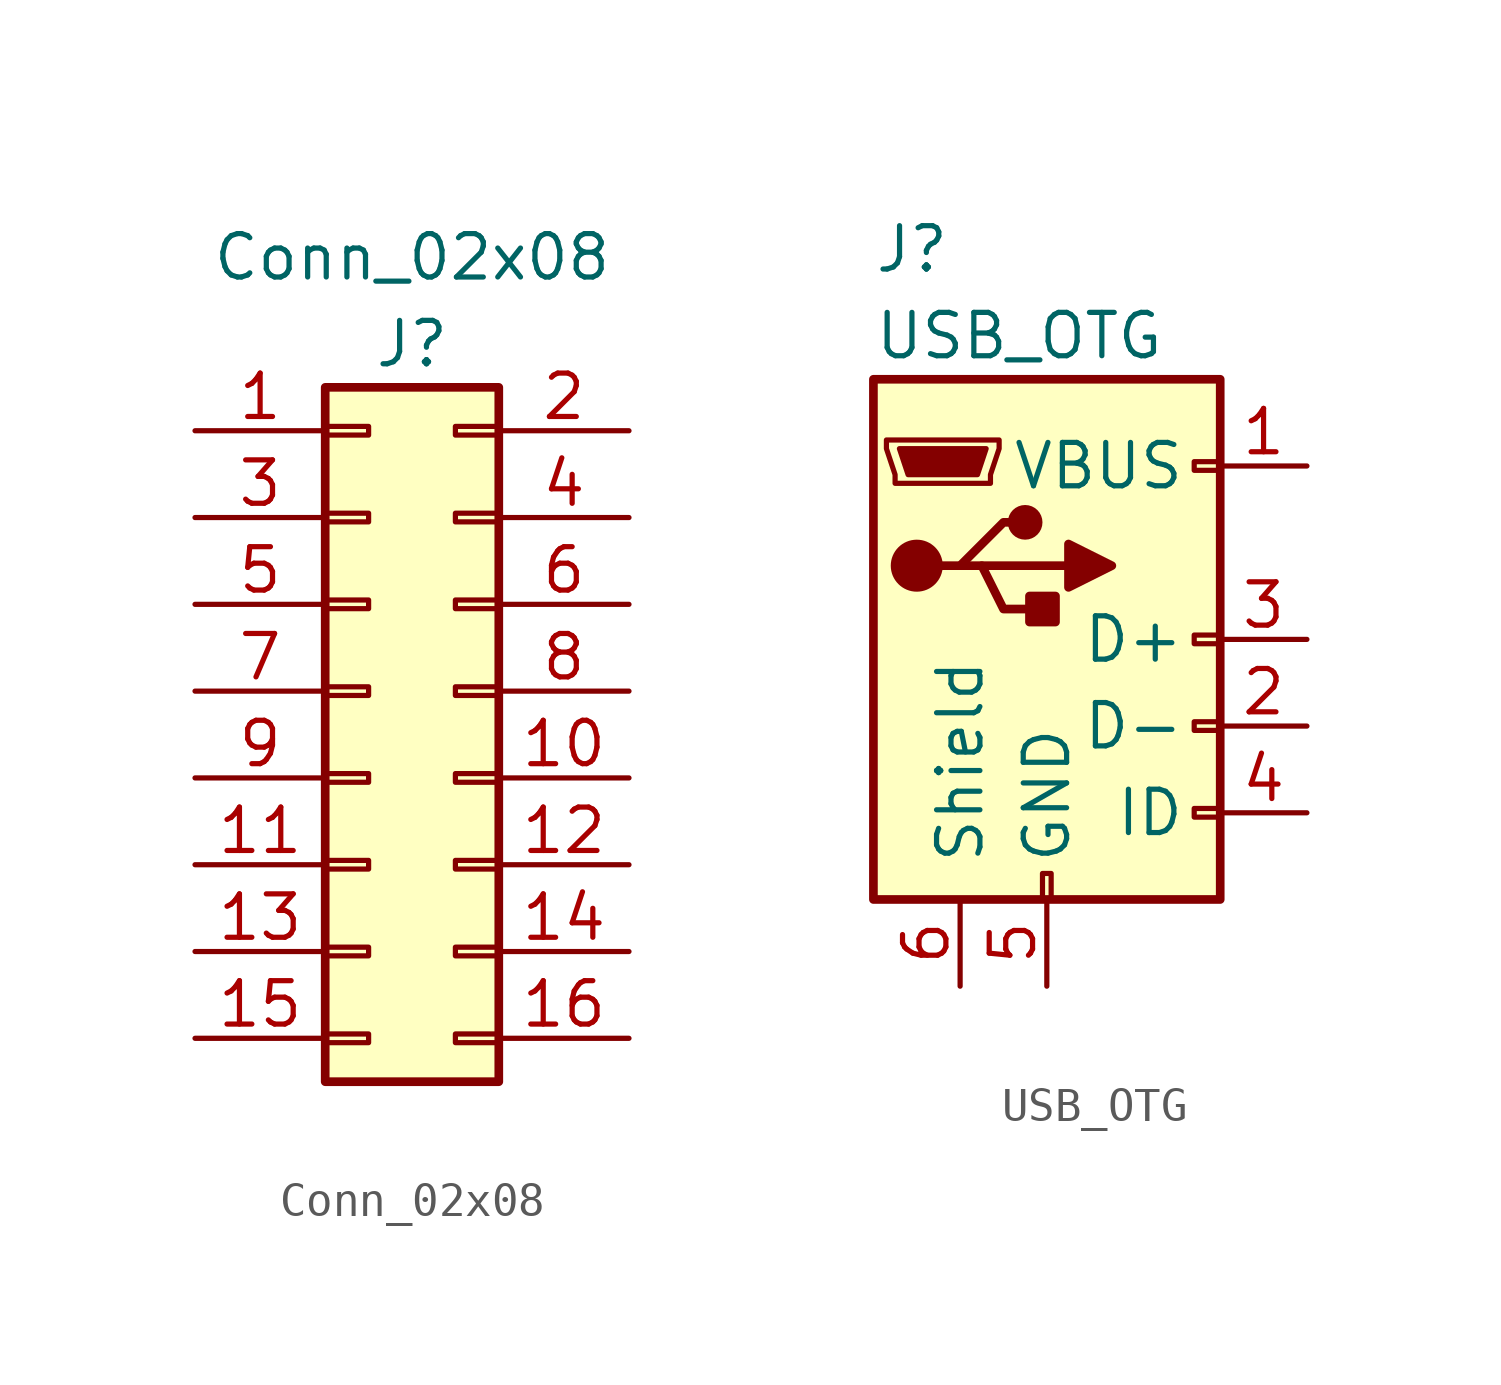
<source format=kicad_sym>
(kicad_symbol_lib
  (version 20231120)
  (generator "kicad_symbol_editor")
  (generator_version "8.0")
  (symbol "Conn_02x08"
    (pin_names
      (offset 0.025) hide)
    (property "Reference" "J"
      (at 0 11.43 0)
      (effects (font (size 1.27 1.27))))
    (property "Value" "Conn_02x08"
      (at 0 13.97 0)
      (effects (font (size 1.27 1.27))))
    (symbol "Conn_02x08_0_1"
      (rectangle (start -2.54 -8.763) (end -1.27 -9.017) (stroke (width 0) (type default)) (fill (type none)))
      (rectangle (start -2.54 -6.223) (end -1.27 -6.477) (stroke (width 0) (type default)) (fill (type none)))
      (rectangle (start -2.54 -3.683) (end -1.27 -3.937) (stroke (width 0) (type default)) (fill (type none)))
      (rectangle (start -2.54 -1.143) (end -1.27 -1.397) (stroke (width 0) (type default)) (fill (type none)))
      (rectangle (start -2.54 1.397) (end -1.27 1.143) (stroke (width 0) (type default)) (fill (type none)))
      (rectangle (start -2.54 3.937) (end -1.27 3.683) (stroke (width 0) (type default)) (fill (type none)))
      (rectangle (start -2.54 6.477) (end -1.27 6.223) (stroke (width 0) (type default)) (fill (type none)))
      (rectangle (start -2.54 9.017) (end -1.27 8.763) (stroke (width 0) (type default)) (fill (type none)))
      (rectangle (start -2.54 10.16) (end 2.54 -10.16) (stroke (width 0.254) (type default)) (fill (type background)))
      (rectangle (start 1.27 -8.763) (end 2.54 -9.017) (stroke (width 0) (type default)) (fill (type none)))
      (rectangle (start 1.27 -6.223) (end 2.54 -6.477) (stroke (width 0) (type default)) (fill (type none)))
      (rectangle (start 1.27 -3.683) (end 2.54 -3.937) (stroke (width 0) (type default)) (fill (type none)))
      (rectangle (start 1.27 -1.143) (end 2.54 -1.397) (stroke (width 0) (type default)) (fill (type none)))
      (rectangle (start 1.27 1.397) (end 2.54 1.143) (stroke (width 0) (type default)) (fill (type none)))
      (rectangle (start 1.27 3.937) (end 2.54 3.683) (stroke (width 0) (type default)) (fill (type none)))
      (rectangle (start 1.27 6.477) (end 2.54 6.223) (stroke (width 0) (type default)) (fill (type none)))
      (rectangle (start 1.27 9.017) (end 2.54 8.763) (stroke (width 0) (type default)) (fill (type none))))
    (symbol "Conn_02x08_1_1"
      (pin passive line (at -6.35 8.89 0) (length 3.81) (name "P1" (effects (font (size 1.27 1.27)))) (number "1" (effects (font (size 1.27 1.27)))))
      (pin passive line (at 6.35 -1.27 180) (length 3.81) (name "GND" (effects (font (size 1.27 1.27)))) (number "10" (effects (font (size 1.27 1.27)))))
      (pin passive line (at -6.35 -3.81 0) (length 3.81) (name "GND" (effects (font (size 1.27 1.27)))) (number "11" (effects (font (size 1.27 1.27)))))
      (pin passive line (at 6.35 -3.81 180) (length 3.81) (name "GND" (effects (font (size 1.27 1.27)))) (number "12" (effects (font (size 1.27 1.27)))))
      (pin passive line (at -6.35 -6.35 0) (length 3.81) (name "-12" (effects (font (size 1.27 1.27)))) (number "13" (effects (font (size 1.27 1.27)))))
      (pin passive line (at 6.35 -6.35 180) (length 3.81) (name "-12V" (effects (font (size 1.27 1.27)))) (number "14" (effects (font (size 1.27 1.27)))))
      (pin passive line (at -6.35 -8.89 0) (length 3.81) (name "-12V" (effects (font (size 1.27 1.27)))) (number "15" (effects (font (size 1.27 1.27)))))
      (pin passive line (at 6.35 -8.89 180) (length 3.81) (name "P16" (effects (font (size 1.27 1.27)))) (number "16" (effects (font (size 1.27 1.27)))))
      (pin passive line (at 6.35 8.89 180) (length 3.81) (name "P2" (effects (font (size 1.27 1.27)))) (number "2" (effects (font (size 1.27 1.27)))))
      (pin passive line (at -6.35 6.35 0) (length 3.81) (name "P3" (effects (font (size 1.27 1.27)))) (number "3" (effects (font (size 1.27 1.27)))))
      (pin passive line (at 6.35 6.35 180) (length 3.81) (name "P4" (effects (font (size 1.27 1.27)))) (number "4" (effects (font (size 1.27 1.27)))))
      (pin passive line (at -6.35 3.81 0) (length 3.81) (name "+12V" (effects (font (size 1.27 1.27)))) (number "5" (effects (font (size 1.27 1.27)))))
      (pin passive line (at 6.35 3.81 180) (length 3.81) (name "P6" (effects (font (size 1.27 1.27)))) (number "6" (effects (font (size 1.27 1.27)))))
      (pin passive line (at -6.35 1.27 0) (length 3.81) (name "12V" (effects (font (size 1.27 1.27)))) (number "7" (effects (font (size 1.27 1.27)))))
      (pin passive line (at 6.35 1.27 180) (length 3.81) (name "+12V" (effects (font (size 1.27 1.27)))) (number "8" (effects (font (size 1.27 1.27)))))
      (pin passive line (at -6.35 -1.27 0) (length 3.81) (name "GND" (effects (font (size 1.27 1.27)))) (number "9" (effects (font (size 1.27 1.27)))))))
  (symbol "USB_OTG"
    (pin_names
      (offset 1.016))
    (property "Reference" "J"
      (at -5.08 11.43 0)
      (effects (font (size 1.27 1.27)) (justify left)))
    (property "Value" "USB_OTG"
      (at -5.08 8.89 0)
      (effects (font (size 1.27 1.27)) (justify left)))
    (symbol "USB_OTG_0_1"
      (rectangle (start -5.08 -7.62) (end 5.08 7.62) (stroke (width 0.254) (type default)) (fill (type background)))
      (circle (center -3.81 2.159) (radius 0.635) (stroke (width 0.254) (type default)) (fill (type outline)))
      (circle (center -0.635 3.429) (radius 0.381) (stroke (width 0.254) (type default)) (fill (type outline)))
      (rectangle (start -0.127 -7.62) (end 0.127 -6.858) (stroke (width 0) (type default)) (fill (type none)))
      (polyline (pts (xy -1.905 2.159) (xy 0.635 2.159)) (stroke (width 0.254) (type default)) (fill (type none)))
      (polyline (pts (xy -3.175 2.159) (xy -2.54 2.159) (xy -1.27 3.429) (xy -0.635 3.429)) (stroke (width 0.254) (type default)) (fill (type none)))
      (polyline (pts (xy -2.54 2.159) (xy -1.905 2.159) (xy -1.27 0.889) (xy 0 0.889)) (stroke (width 0.254) (type default)) (fill (type none)))
      (polyline (pts (xy 0.635 2.794) (xy 0.635 1.524) (xy 1.905 2.159) (xy 0.635 2.794)) (stroke (width 0.254) (type default)) (fill (type outline)))
      (polyline (pts (xy -4.318 5.588) (xy -1.778 5.588) (xy -2.032 4.826) (xy -4.064 4.826) (xy -4.318 5.588)) (stroke (width 0) (type default)) (fill (type outline)))
      (polyline (pts (xy -4.699 5.842) (xy -4.699 5.588) (xy -4.445 4.826) (xy -4.445 4.572) (xy -1.651 4.572) (xy -1.651 4.826) (xy -1.397 5.588) (xy -1.397 5.842) (xy -4.699 5.842)) (stroke (width 0) (type default)) (fill (type none)))
      (rectangle (start 0.254 1.27) (end -0.508 0.508) (stroke (width 0.254) (type default)) (fill (type outline)))
      (rectangle (start 5.08 -5.207) (end 4.318 -4.953) (stroke (width 0) (type default)) (fill (type none)))
      (rectangle (start 5.08 -2.667) (end 4.318 -2.413) (stroke (width 0) (type default)) (fill (type none)))
      (rectangle (start 5.08 -0.127) (end 4.318 0.127) (stroke (width 0) (type default)) (fill (type none)))
      (rectangle (start 5.08 4.953) (end 4.318 5.207) (stroke (width 0) (type default)) (fill (type none))))
    (symbol "USB_OTG_1_1"
      (pin passive line (at 7.62 5.08 180) (length 2.54) (name "VBUS" (effects (font (size 1.27 1.27)))) (number "1" (effects (font (size 1.27 1.27)))))
      (pin bidirectional line (at 7.62 -2.54 180) (length 2.54) (name "D-" (effects (font (size 1.27 1.27)))) (number "2" (effects (font (size 1.27 1.27)))))
      (pin bidirectional line (at 7.62 0 180) (length 2.54) (name "D+" (effects (font (size 1.27 1.27)))) (number "3" (effects (font (size 1.27 1.27)))))
      (pin passive line (at 7.62 -5.08 180) (length 2.54) (name "ID" (effects (font (size 1.27 1.27)))) (number "4" (effects (font (size 1.27 1.27)))))
      (pin passive line (at 0 -10.16 90) (length 2.54) (name "GND" (effects (font (size 1.27 1.27)))) (number "5" (effects (font (size 1.27 1.27)))))
      (pin passive line (at -2.54 -10.16 90) (length 2.54) (name "Shield" (effects (font (size 1.27 1.27)))) (number "6" (effects (font (size 1.27 1.27))))))))
</source>
